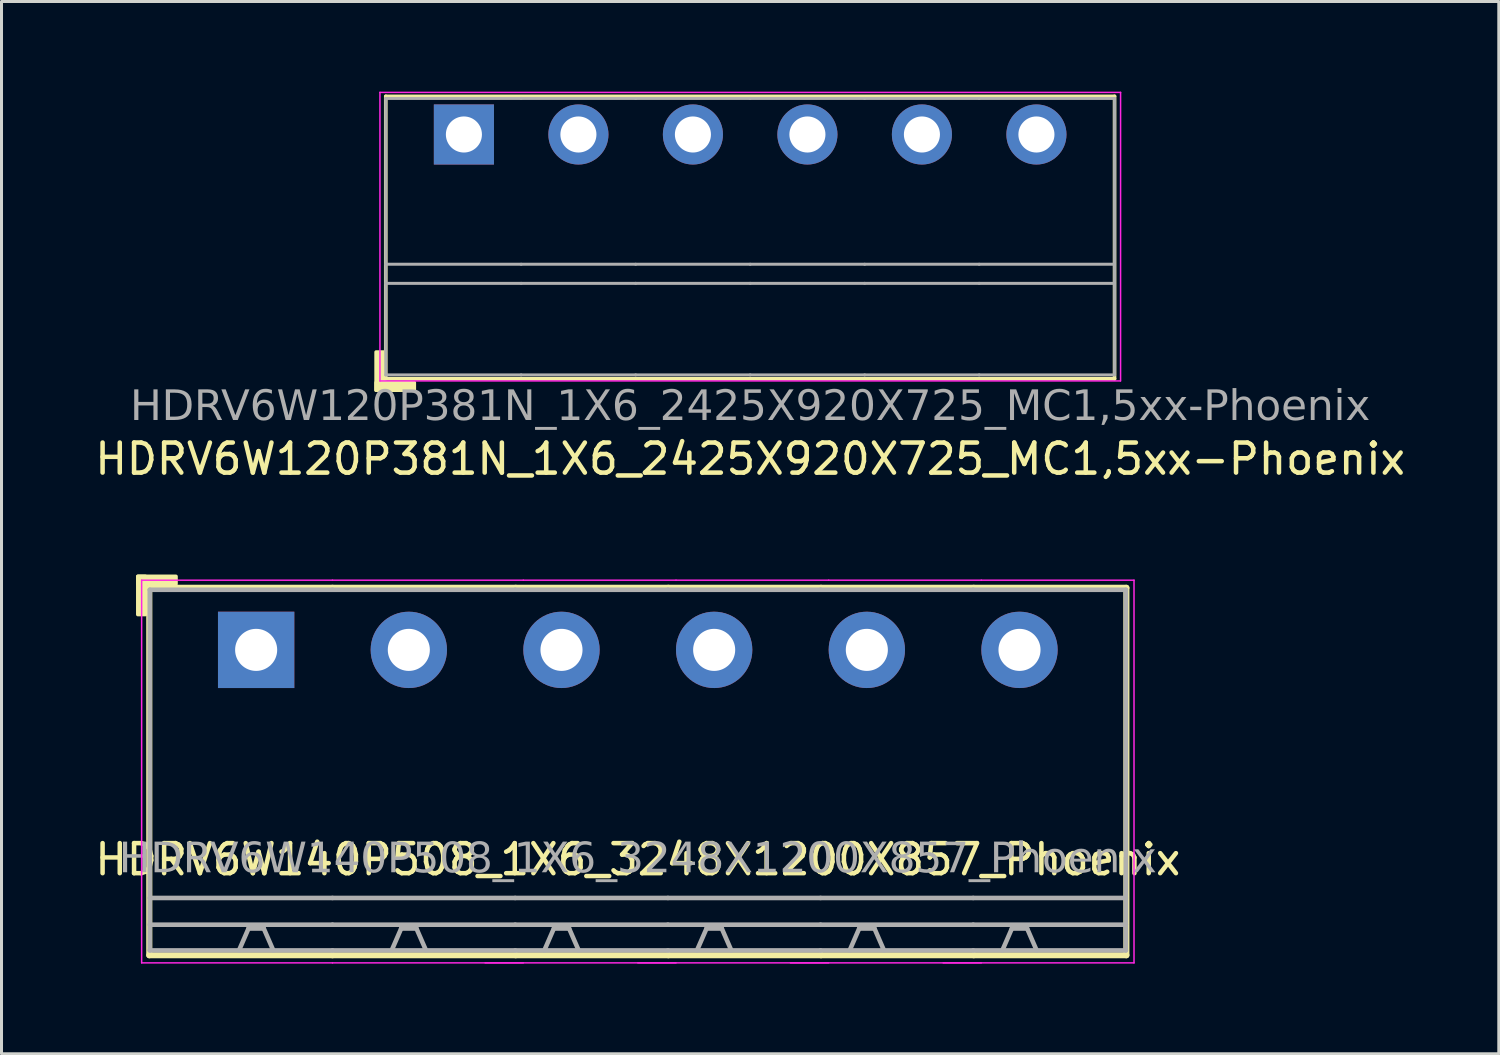
<source format=kicad_pcb>
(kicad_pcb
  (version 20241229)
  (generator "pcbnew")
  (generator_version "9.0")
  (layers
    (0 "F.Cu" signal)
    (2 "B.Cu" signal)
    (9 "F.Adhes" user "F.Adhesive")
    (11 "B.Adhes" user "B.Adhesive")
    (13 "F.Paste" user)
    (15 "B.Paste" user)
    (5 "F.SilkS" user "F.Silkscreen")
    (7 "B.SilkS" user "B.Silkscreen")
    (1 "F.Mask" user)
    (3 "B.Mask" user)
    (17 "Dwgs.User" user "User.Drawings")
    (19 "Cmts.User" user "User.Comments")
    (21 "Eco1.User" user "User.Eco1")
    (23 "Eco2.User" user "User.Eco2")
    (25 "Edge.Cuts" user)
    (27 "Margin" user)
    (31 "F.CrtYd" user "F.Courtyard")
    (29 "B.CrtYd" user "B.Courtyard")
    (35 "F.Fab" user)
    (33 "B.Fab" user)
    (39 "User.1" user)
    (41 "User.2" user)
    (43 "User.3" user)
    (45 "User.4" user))
  (footprint "HDRV6W140P508_1X6_3248X1200X857_Phoenix"
    (layer "F.Cu")
    (at 18.173 18.574)
    (property "Reference" "HDRV6W140P508_1X6_3248X1200X857_Phoenix" (at 0 6.975 0) (layer "F.SilkS") (effects (font (size 1 1) (thickness 0.15))))
    (attr through_hole)
    (fp_line (start -16.256 -2.065) (end -16.256 10.16) (stroke (width 0.203) (type solid)) (layer "F.SilkS"))
    (fp_line (start -16.256 10.16) (end -10.16 10.16) (stroke (width 0.203) (type solid)) (layer "F.SilkS"))
    (fp_line (start -10.16 -2.065) (end -16.256 -2.065) (stroke (width 0.203) (type solid)) (layer "F.SilkS"))
    (fp_line (start -10.16 -2.065) (end -4.064 -2.065) (stroke (width 0.203) (type solid)) (layer "F.SilkS"))
    (fp_line (start -4.064 -2.065) (end 1.016 -2.065) (stroke (width 0.203) (type solid)) (layer "F.SilkS"))
    (fp_line (start -4.064 10.16) (end -10.16 10.16) (stroke (width 0.203) (type solid)) (layer "F.SilkS"))
    (fp_line (start 1.016 -2.065) (end 6.096 -2.065) (stroke (width 0.203) (type solid)) (layer "F.SilkS"))
    (fp_line (start 1.016 10.16) (end -4.064 10.16) (stroke (width 0.203) (type solid)) (layer "F.SilkS"))
    (fp_line (start 6.096 -2.065) (end 11.176 -2.065) (stroke (width 0.203) (type solid)) (layer "F.SilkS"))
    (fp_line (start 6.096 10.16) (end 1.016 10.16) (stroke (width 0.203) (type solid)) (layer "F.SilkS"))
    (fp_line (start 11.176 -2.065) (end 16.256 -2.065) (stroke (width 0.203) (type solid)) (layer "F.SilkS"))
    (fp_line (start 11.176 10.16) (end 6.096 10.16) (stroke (width 0.203) (type solid)) (layer "F.SilkS"))
    (fp_line (start 16.256 -2.065) (end 16.256 10.16) (stroke (width 0.203) (type solid)) (layer "F.SilkS"))
    (fp_line (start 16.256 10.16) (end 11.176 10.16) (stroke (width 0.203) (type solid)) (layer "F.SilkS"))
    (fp_rect (start -16.637 -2.446) (end -16.383 -1.176) (stroke (width 0.12) (type solid)) (fill yes) (layer "F.SilkS"))
    (fp_rect (start -16.637 -2.446) (end -15.367 -2.192) (stroke (width 0.12) (type solid)) (fill yes) (layer "F.SilkS"))
    (fp_line (start -16.51 10.414) (end -16.51 -2.319) (stroke (width 0.05) (type solid)) (layer "F.CrtYd"))
    (fp_line (start -10.16 -2.319) (end -16.51 -2.319) (stroke (width 0.05) (type solid)) (layer "F.CrtYd"))
    (fp_line (start -10.16 -2.319) (end -3.81 -2.319) (stroke (width 0.05) (type solid)) (layer "F.CrtYd"))
    (fp_line (start -10.16 10.414) (end -16.51 10.414) (stroke (width 0.05) (type solid)) (layer "F.CrtYd"))
    (fp_line (start -10.16 10.414) (end -3.81 10.414) (stroke (width 0.05) (type solid)) (layer "F.CrtYd"))
    (fp_line (start -5.08 10.414) (end 1.27 10.414) (stroke (width 0.05) (type solid)) (layer "F.CrtYd"))
    (fp_line (start -3.81 -2.319) (end 1.27 -2.319) (stroke (width 0.05) (type solid)) (layer "F.CrtYd"))
    (fp_line (start 0 10.414) (end 6.35 10.414) (stroke (width 0.05) (type solid)) (layer "F.CrtYd"))
    (fp_line (start 1.27 -2.319) (end 6.35 -2.319) (stroke (width 0.05) (type solid)) (layer "F.CrtYd"))
    (fp_line (start 5.08 10.414) (end 11.43 10.414) (stroke (width 0.05) (type solid)) (layer "F.CrtYd"))
    (fp_line (start 6.35 -2.319) (end 11.43 -2.319) (stroke (width 0.05) (type solid)) (layer "F.CrtYd"))
    (fp_line (start 10.16 10.414) (end 16.51 10.414) (stroke (width 0.05) (type solid)) (layer "F.CrtYd"))
    (fp_line (start 11.43 -2.319) (end 16.51 -2.319) (stroke (width 0.05) (type solid)) (layer "F.CrtYd"))
    (fp_line (start 16.51 10.414) (end 16.51 -2.319) (stroke (width 0.05) (type solid)) (layer "F.CrtYd"))
    (fp_line (start -16.24 -2) (end -16.24 10) (stroke (width 0.152) (type solid)) (layer "F.Fab"))
    (fp_line (start -12.954 9.271) (end -13.271 10) (stroke (width 0.152) (type default)) (layer "F.Fab"))
    (fp_line (start -12.446 9.271) (end -12.954 9.271) (stroke (width 0.152) (type default)) (layer "F.Fab"))
    (fp_line (start -12.446 9.271) (end -12.129 10) (stroke (width 0.152) (type default)) (layer "F.Fab"))
    (fp_line (start -10.16 -2) (end -16.24 -2) (stroke (width 0.152) (type solid)) (layer "F.Fab"))
    (fp_line (start -10.16 -2) (end -4.08 -2) (stroke (width 0.152) (type solid)) (layer "F.Fab"))
    (fp_line (start -10.16 8.255) (end -16.24 8.255) (stroke (width 0.152) (type solid)) (layer "F.Fab"))
    (fp_line (start -10.16 8.255) (end -4.08 8.255) (stroke (width 0.152) (type solid)) (layer "F.Fab"))
    (fp_line (start -10.16 9.144) (end -16.24 9.144) (stroke (width 0.152) (type solid)) (layer "F.Fab"))
    (fp_line (start -10.16 9.144) (end -4.08 9.144) (stroke (width 0.152) (type solid)) (layer "F.Fab"))
    (fp_line (start -10.16 10) (end -16.24 10) (stroke (width 0.152) (type solid)) (layer "F.Fab"))
    (fp_line (start -10.16 10) (end -4.08 10) (stroke (width 0.152) (type solid)) (layer "F.Fab"))
    (fp_line (start -7.874 9.271) (end -8.191 10) (stroke (width 0.152) (type default)) (layer "F.Fab"))
    (fp_line (start -7.366 9.271) (end -7.874 9.271) (stroke (width 0.152) (type default)) (layer "F.Fab"))
    (fp_line (start -7.366 9.271) (end -7.048 10) (stroke (width 0.152) (type default)) (layer "F.Fab"))
    (fp_line (start -4.08 -2) (end 1 -2) (stroke (width 0.152) (type solid)) (layer "F.Fab"))
    (fp_line (start -4.08 8.255) (end 1 8.255) (stroke (width 0.152) (type solid)) (layer "F.Fab"))
    (fp_line (start -4.08 9.144) (end 1 9.144) (stroke (width 0.152) (type solid)) (layer "F.Fab"))
    (fp_line (start -4.08 10) (end 1 10) (stroke (width 0.152) (type solid)) (layer "F.Fab"))
    (fp_line (start -2.794 9.271) (end -3.111 10) (stroke (width 0.152) (type default)) (layer "F.Fab"))
    (fp_line (start -2.286 9.271) (end -2.794 9.271) (stroke (width 0.152) (type default)) (layer "F.Fab"))
    (fp_line (start -2.286 9.271) (end -1.968 10) (stroke (width 0.152) (type default)) (layer "F.Fab"))
    (fp_line (start 1 -2) (end 6.08 -2) (stroke (width 0.152) (type solid)) (layer "F.Fab"))
    (fp_line (start 1 8.255) (end 6.08 8.255) (stroke (width 0.152) (type solid)) (layer "F.Fab"))
    (fp_line (start 1 9.144) (end 6.08 9.144) (stroke (width 0.152) (type solid)) (layer "F.Fab"))
    (fp_line (start 1 10) (end 6.08 10) (stroke (width 0.152) (type solid)) (layer "F.Fab"))
    (fp_line (start 2.286 9.271) (end 1.968 10) (stroke (width 0.152) (type default)) (layer "F.Fab"))
    (fp_line (start 2.794 9.271) (end 2.286 9.271) (stroke (width 0.152) (type default)) (layer "F.Fab"))
    (fp_line (start 2.794 9.271) (end 3.111 10) (stroke (width 0.152) (type default)) (layer "F.Fab"))
    (fp_line (start 6.08 -2) (end 11.16 -2) (stroke (width 0.152) (type solid)) (layer "F.Fab"))
    (fp_line (start 6.08 8.255) (end 11.16 8.255) (stroke (width 0.152) (type solid)) (layer "F.Fab"))
    (fp_line (start 6.08 9.144) (end 11.16 9.144) (stroke (width 0.152) (type solid)) (layer "F.Fab"))
    (fp_line (start 6.08 10) (end 11.16 10) (stroke (width 0.152) (type solid)) (layer "F.Fab"))
    (fp_line (start 7.366 9.271) (end 7.048 10) (stroke (width 0.152) (type default)) (layer "F.Fab"))
    (fp_line (start 7.874 9.271) (end 7.366 9.271) (stroke (width 0.152) (type default)) (layer "F.Fab"))
    (fp_line (start 7.874 9.271) (end 8.191 10) (stroke (width 0.152) (type default)) (layer "F.Fab"))
    (fp_line (start 11.16 -2) (end 16.24 -2) (stroke (width 0.152) (type solid)) (layer "F.Fab"))
    (fp_line (start 11.16 8.255) (end 16.24 8.255) (stroke (width 0.152) (type solid)) (layer "F.Fab"))
    (fp_line (start 11.16 9.144) (end 16.24 9.144) (stroke (width 0.152) (type solid)) (layer "F.Fab"))
    (fp_line (start 11.16 10) (end 16.24 10) (stroke (width 0.152) (type solid)) (layer "F.Fab"))
    (fp_line (start 12.446 9.271) (end 12.129 10) (stroke (width 0.152) (type default)) (layer "F.Fab"))
    (fp_line (start 12.954 9.271) (end 12.446 9.271) (stroke (width 0.152) (type default)) (layer "F.Fab"))
    (fp_line (start 12.954 9.271) (end 13.271 10) (stroke (width 0.152) (type default)) (layer "F.Fab"))
    (fp_line (start 16.24 -2) (end 16.24 10) (stroke (width 0.152) (type solid)) (layer "F.Fab"))
    (fp_rect (start -12.954 -0.254) (end -12.446 0.254) (stroke (width 0.152) (type solid)) (fill no) (layer "F.Fab"))
    (fp_rect (start -7.366 -0.254) (end -7.874 0.254) (stroke (width 0.152) (type solid)) (fill no) (layer "F.Fab"))
    (fp_rect (start -2.286 -0.254) (end -2.794 0.254) (stroke (width 0.152) (type solid)) (fill no) (layer "F.Fab"))
    (fp_rect (start 2.794 -0.254) (end 2.286 0.254) (stroke (width 0.152) (type solid)) (fill no) (layer "F.Fab"))
    (fp_rect (start 7.874 -0.254) (end 7.366 0.254) (stroke (width 0.152) (type solid)) (fill no) (layer "F.Fab"))
    (fp_rect (start 12.954 -0.254) (end 12.446 0.254) (stroke (width 0.152) (type solid)) (fill no) (layer "F.Fab"))
    (fp_text user "${REFERENCE}" (at 0 6.985 0) (layer "F.Fab") (effects (font (face "Tahoma") (size 1 1) (thickness 0.15))))
    (pad "1" thru_hole rect (at -12.7 0) (size 2.54 2.54) (drill 1.4) (layers "*.Cu" "*.Mask"))
    (pad "2" thru_hole circle (at -7.62 0) (size 2.54 2.54) (drill 1.4) (layers "*.Cu" "*.Mask"))
    (pad "3" thru_hole circle (at -2.54 0) (size 2.54 2.54) (drill 1.4) (layers "*.Cu" "*.Mask"))
    (pad "4" thru_hole circle (at 2.54 0) (size 2.54 2.54) (drill 1.4) (layers "*.Cu" "*.Mask"))
    (pad "5" thru_hole circle (at 7.62 0) (size 2.54 2.54) (drill 1.4) (layers "*.Cu" "*.Mask"))
    (pad "6" thru_hole circle (at 12.7 0) (size 2.54 2.54) (drill 1.4) (layers "*.Cu" "*.Mask")))
  (footprint "HDRV6W120P381N_1X6_2425X920X725_MC1,5xx-Phoenix"
    (layer "F.Cu")
    (at 21.911 1.425)
    (property "Reference" "HDRV6W120P381N_1X6_2425X920X725_MC1,5xx-Phoenix" (at 0 10.795 0) (layer "F.SilkS") (effects (font (size 1 1) (thickness 0.15))))
    (attr through_hole)
    (fp_line (start -12.125 -1.27) (end -12.125 8.128) (stroke (width 0.12) (type solid)) (layer "F.SilkS"))
    (fp_line (start -12.125 -1.27) (end 12.125 -1.27) (stroke (width 0.12) (type solid)) (layer "F.SilkS"))
    (fp_line (start -12.125 8.128) (end 12.125 8.128) (stroke (width 0.12) (type solid)) (layer "F.SilkS"))
    (fp_line (start 12.125 -1.27) (end 12.125 8.128) (stroke (width 0.12) (type solid)) (layer "F.SilkS"))
    (fp_rect (start -12.192 7.239) (end -12.446 8.509) (stroke (width 0.12) (type solid)) (fill yes) (layer "F.SilkS"))
    (fp_rect (start -11.176 8.509) (end -12.446 8.255) (stroke (width 0.12) (type solid)) (fill yes) (layer "F.SilkS"))
    (fp_line (start -12.319 8.2) (end -12.319 -1.4) (stroke (width 0.05) (type solid)) (layer "F.CrtYd"))
    (fp_line (start 12.319 8.2) (end -12.319 8.2) (stroke (width 0.05) (type solid)) (layer "F.CrtYd"))
    (fp_line (start 12.325 -1.4) (end -12.319 -1.4) (stroke (width 0.05) (type solid)) (layer "F.CrtYd"))
    (fp_line (start 12.325 8.2) (end 12.325 -1.4) (stroke (width 0.05) (type solid)) (layer "F.CrtYd"))
    (fp_line (start -12.125 -1.2) (end -12.125 8) (stroke (width 0.1) (type solid)) (layer "F.Fab"))
    (fp_line (start -12.125 -1.2) (end -7.62 -1.2) (stroke (width 0.1) (type solid)) (layer "F.Fab"))
    (fp_line (start -12.125 4.318) (end -7.62 4.318) (stroke (width 0.1) (type solid)) (layer "F.Fab"))
    (fp_line (start -12.125 4.953) (end -7.62 4.953) (stroke (width 0.1) (type solid)) (layer "F.Fab"))
    (fp_line (start -12.125 8) (end -7.62 8) (stroke (width 0.1) (type solid)) (layer "F.Fab"))
    (fp_line (start -7.62 -1.2) (end -3.81 -1.2) (stroke (width 0.1) (type solid)) (layer "F.Fab"))
    (fp_line (start -7.62 4.318) (end -3.81 4.318) (stroke (width 0.1) (type solid)) (layer "F.Fab"))
    (fp_line (start -7.62 4.953) (end -3.81 4.953) (stroke (width 0.1) (type solid)) (layer "F.Fab"))
    (fp_line (start -7.62 8) (end -3.81 8) (stroke (width 0.1) (type solid)) (layer "F.Fab"))
    (fp_line (start -3.81 -1.2) (end 0 -1.2) (stroke (width 0.1) (type solid)) (layer "F.Fab"))
    (fp_line (start -3.81 4.318) (end 0 4.318) (stroke (width 0.1) (type solid)) (layer "F.Fab"))
    (fp_line (start -3.81 4.953) (end 0 4.953) (stroke (width 0.1) (type solid)) (layer "F.Fab"))
    (fp_line (start -3.81 8) (end 0 8) (stroke (width 0.1) (type solid)) (layer "F.Fab"))
    (fp_line (start 0 -1.2) (end 3.81 -1.2) (stroke (width 0.1) (type solid)) (layer "F.Fab"))
    (fp_line (start 0 4.318) (end 3.81 4.318) (stroke (width 0.1) (type solid)) (layer "F.Fab"))
    (fp_line (start 0 4.953) (end 3.81 4.953) (stroke (width 0.1) (type solid)) (layer "F.Fab"))
    (fp_line (start 0 8) (end 3.81 8) (stroke (width 0.1) (type solid)) (layer "F.Fab"))
    (fp_line (start 3.81 -1.2) (end 7.62 -1.2) (stroke (width 0.1) (type solid)) (layer "F.Fab"))
    (fp_line (start 3.81 4.318) (end 7.62 4.318) (stroke (width 0.1) (type solid)) (layer "F.Fab"))
    (fp_line (start 3.81 4.953) (end 7.62 4.953) (stroke (width 0.1) (type solid)) (layer "F.Fab"))
    (fp_line (start 3.81 8) (end 7.62 8) (stroke (width 0.1) (type solid)) (layer "F.Fab"))
    (fp_line (start 7.62 -1.2) (end 12.125 -1.2) (stroke (width 0.1) (type solid)) (layer "F.Fab"))
    (fp_line (start 7.62 4.318) (end 12.125 4.318) (stroke (width 0.1) (type solid)) (layer "F.Fab"))
    (fp_line (start 7.62 4.953) (end 12.125 4.953) (stroke (width 0.1) (type solid)) (layer "F.Fab"))
    (fp_line (start 7.62 8) (end 12.125 8) (stroke (width 0.1) (type solid)) (layer "F.Fab"))
    (fp_line (start 12.125 -1.2) (end 12.125 8) (stroke (width 0.1) (type solid)) (layer "F.Fab"))
    (fp_rect (start -9.271 -0.254) (end -9.779 0.254) (stroke (width 0.1) (type solid)) (fill no) (layer "F.Fab"))
    (fp_rect (start -5.461 -0.254) (end -5.969 0.254) (stroke (width 0.1) (type solid)) (fill no) (layer "F.Fab"))
    (fp_rect (start -1.651 -0.254) (end -2.159 0.254) (stroke (width 0.1) (type solid)) (fill no) (layer "F.Fab"))
    (fp_rect (start 2.159 -0.254) (end 1.651 0.254) (stroke (width 0.1) (type solid)) (fill no) (layer "F.Fab"))
    (fp_rect (start 5.969 -0.254) (end 5.461 0.254) (stroke (width 0.1) (type solid)) (fill no) (layer "F.Fab"))
    (fp_rect (start 9.779 -0.254) (end 9.271 0.254) (stroke (width 0.1) (type solid)) (fill no) (layer "F.Fab"))
    (fp_text user "${REFERENCE}" (at 0 9.085 0) (layer "F.Fab") (effects (font (face "Tahoma") (size 1 1) (thickness 0.15))))
    (pad "1" thru_hole rect (at -9.525 0) (size 2 2) (drill 1.2) (layers "*.Cu" "*.Mask"))
    (pad "2" thru_hole circle (at -5.715 0) (size 2 2) (drill 1.2) (layers "*.Cu" "*.Mask"))
    (pad "3" thru_hole circle (at -1.905 0) (size 2 2) (drill 1.2) (layers "*.Cu" "*.Mask"))
    (pad "4" thru_hole circle (at 1.905 0) (size 2 2) (drill 1.2) (layers "*.Cu" "*.Mask"))
    (pad "5" thru_hole circle (at 5.715 0) (size 2 2) (drill 1.2) (layers "*.Cu" "*.Mask"))
    (pad "6" thru_hole circle (at 9.525 0) (size 2 2) (drill 1.2) (layers "*.Cu" "*.Mask")))
  (gr_rect
    (start -3 -3)
    (end 46.821 32.013)
    (stroke (width 0.1) (type default))
    (fill no)
    (layer "Edge.Cuts")))
</source>
